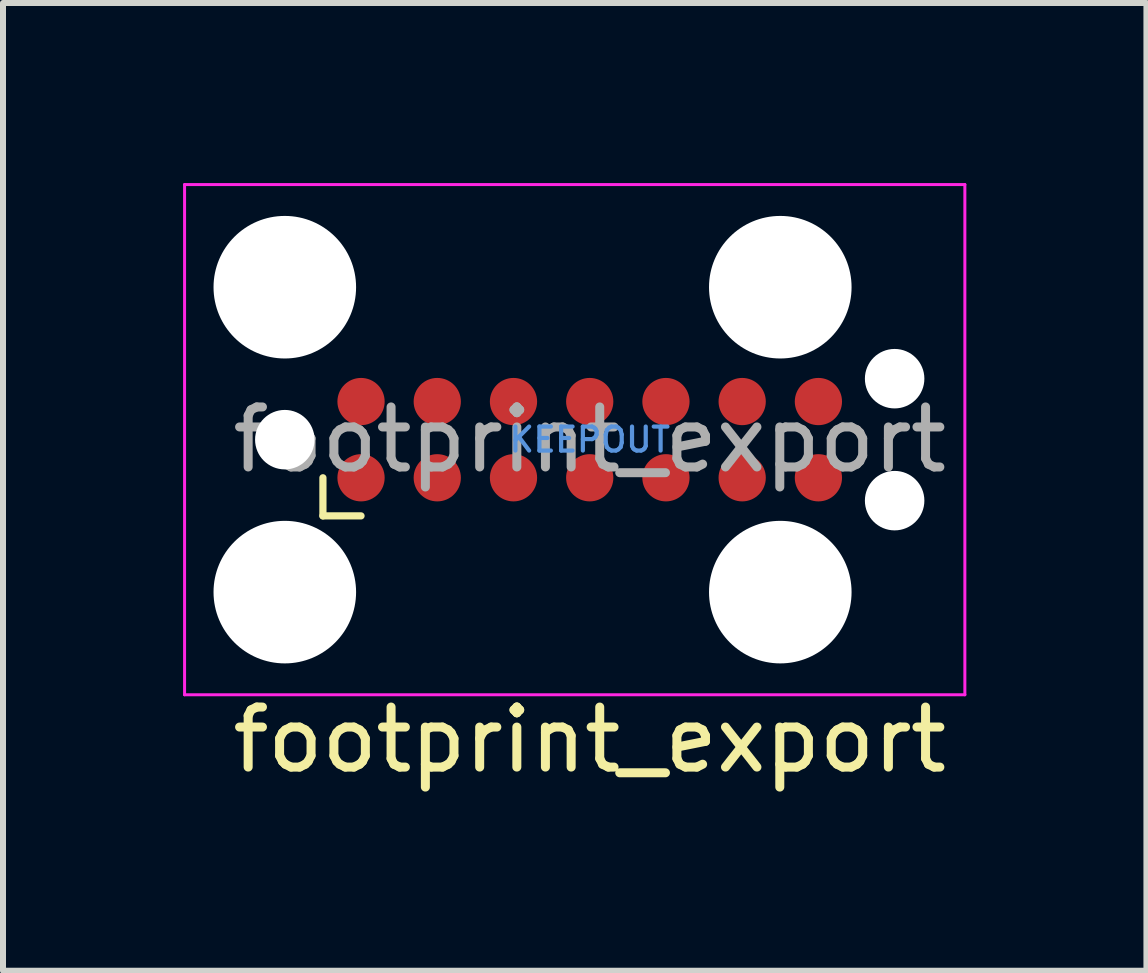
<source format=kicad_pcb>
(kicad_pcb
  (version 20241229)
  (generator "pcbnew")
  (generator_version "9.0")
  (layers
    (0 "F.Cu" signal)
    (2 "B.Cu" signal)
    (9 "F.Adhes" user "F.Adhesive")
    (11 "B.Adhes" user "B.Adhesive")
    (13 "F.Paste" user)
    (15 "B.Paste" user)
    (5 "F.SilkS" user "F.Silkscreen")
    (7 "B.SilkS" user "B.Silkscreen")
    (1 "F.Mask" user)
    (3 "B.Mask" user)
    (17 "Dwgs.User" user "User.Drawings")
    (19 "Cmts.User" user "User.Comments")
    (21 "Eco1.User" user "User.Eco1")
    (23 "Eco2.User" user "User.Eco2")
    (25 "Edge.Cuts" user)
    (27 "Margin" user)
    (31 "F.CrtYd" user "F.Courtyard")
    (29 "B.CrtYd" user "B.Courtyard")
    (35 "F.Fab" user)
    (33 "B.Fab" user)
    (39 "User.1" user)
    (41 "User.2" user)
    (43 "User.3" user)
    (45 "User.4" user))
  (footprint "footprint_export"
    (layer "F.Cu")
    (at 6.775 4.275)
    (property "Reference" "footprint_export" (at 0 5 0) (layer "F.SilkS") (effects (font (size 1 1) (thickness 0.15))))
    (attr exclude_from_pos_files exclude_from_bom)
    (fp_line (start -4.445 0.635) (end -4.445 1.27) (stroke (width 0.12) (type solid)) (layer "F.SilkS"))
    (fp_line (start -4.445 1.27) (end -3.81 1.27) (stroke (width 0.12) (type solid)) (layer "F.SilkS"))
    (fp_line (start -6.75 -4.25) (end -6.75 4.25) (stroke (width 0.05) (type solid)) (layer "F.CrtYd"))
    (fp_line (start -6.75 4.25) (end 6.25 4.25) (stroke (width 0.05) (type solid)) (layer "F.CrtYd"))
    (fp_line (start 6.25 -4.25) (end -6.75 -4.25) (stroke (width 0.05) (type solid)) (layer "F.CrtYd"))
    (fp_line (start 6.25 4.25) (end 6.25 -4.25) (stroke (width 0.05) (type solid)) (layer "F.CrtYd"))
    (fp_text user "KEEPOUT" (at 0 0 0) (layer "Cmts.User") (effects (font (size 0.4 0.4) (thickness 0.07))))
    (fp_text user "${REFERENCE}" (at 0 0 0) (layer "F.Fab") (effects (font (size 1 1) (thickness 0.15))))
    (pad "" np_thru_hole circle (at -5.08 -2.54) (size 2.375 2.375) (drill 2.375) (layers "*.Cu" "*.Mask"))
    (pad "" np_thru_hole circle (at -5.08 0) (size 0.991 0.991) (drill 0.991) (layers "*.Cu" "*.Mask"))
    (pad "" np_thru_hole circle (at -5.08 2.54) (size 2.375 2.375) (drill 2.375) (layers "*.Cu" "*.Mask"))
    (pad "" np_thru_hole circle (at 3.175 -2.54) (size 2.375 2.375) (drill 2.375) (layers "*.Cu" "*.Mask"))
    (pad "" np_thru_hole circle (at 3.175 2.54) (size 2.375 2.375) (drill 2.375) (layers "*.Cu" "*.Mask"))
    (pad "" np_thru_hole circle (at 5.08 -1.016) (size 0.991 0.991) (drill 0.991) (layers "*.Cu" "*.Mask"))
    (pad "" np_thru_hole circle (at 5.08 1.016) (size 0.991 0.991) (drill 0.991) (layers "*.Cu" "*.Mask"))
    (pad "1" connect circle (at -3.81 0.635) (size 0.787 0.787) (layers "F.Cu" "F.Mask"))
    (pad "2" connect circle (at -2.54 0.635) (size 0.787 0.787) (layers "F.Cu" "F.Mask"))
    (pad "3" connect circle (at -1.27 0.635) (size 0.787 0.787) (layers "F.Cu" "F.Mask"))
    (pad "4" connect circle (at 0 0.635) (size 0.787 0.787) (layers "F.Cu" "F.Mask"))
    (pad "5" connect circle (at 1.27 0.635) (size 0.787 0.787) (layers "F.Cu" "F.Mask"))
    (pad "6" connect circle (at 2.54 0.635) (size 0.787 0.787) (layers "F.Cu" "F.Mask"))
    (pad "7" connect circle (at 3.81 0.635) (size 0.787 0.787) (layers "F.Cu" "F.Mask"))
    (pad "8" connect circle (at 3.81 -0.635) (size 0.787 0.787) (layers "F.Cu" "F.Mask"))
    (pad "9" connect circle (at 2.54 -0.635) (size 0.787 0.787) (layers "F.Cu" "F.Mask"))
    (pad "10" connect circle (at 1.27 -0.635) (size 0.787 0.787) (layers "F.Cu" "F.Mask"))
    (pad "11" connect circle (at 0 -0.635) (size 0.787 0.787) (layers "F.Cu" "F.Mask"))
    (pad "12" connect circle (at -1.27 -0.635) (size 0.787 0.787) (layers "F.Cu" "F.Mask"))
    (pad "13" connect circle (at -2.54 -0.635) (size 0.787 0.787) (layers "F.Cu" "F.Mask"))
    (pad "14" connect circle (at -3.81 -0.635) (size 0.787 0.787) (layers "F.Cu" "F.Mask"))
    (zone (net_name "") (layer "F.Cu") (hatch full 0.508) (connect_pads) (min_thickness 0.254) (filled_areas_thickness no) (keepout (tracks allowed) (vias not_allowed) (pads allowed) (copperpour not_allowed) (footprints not_allowed)) (placement (enabled no)) (fill) (polygon (pts (xy 10.585 3.64) (xy 2.965 3.64) (xy 2.965 4.91) (xy 10.585 4.91)))))
  (gr_rect
    (start -3 -3)
    (end 16.05 13.123)
    (stroke (width 0.1) (type default))
    (fill no)
    (layer "Edge.Cuts")))
</source>
